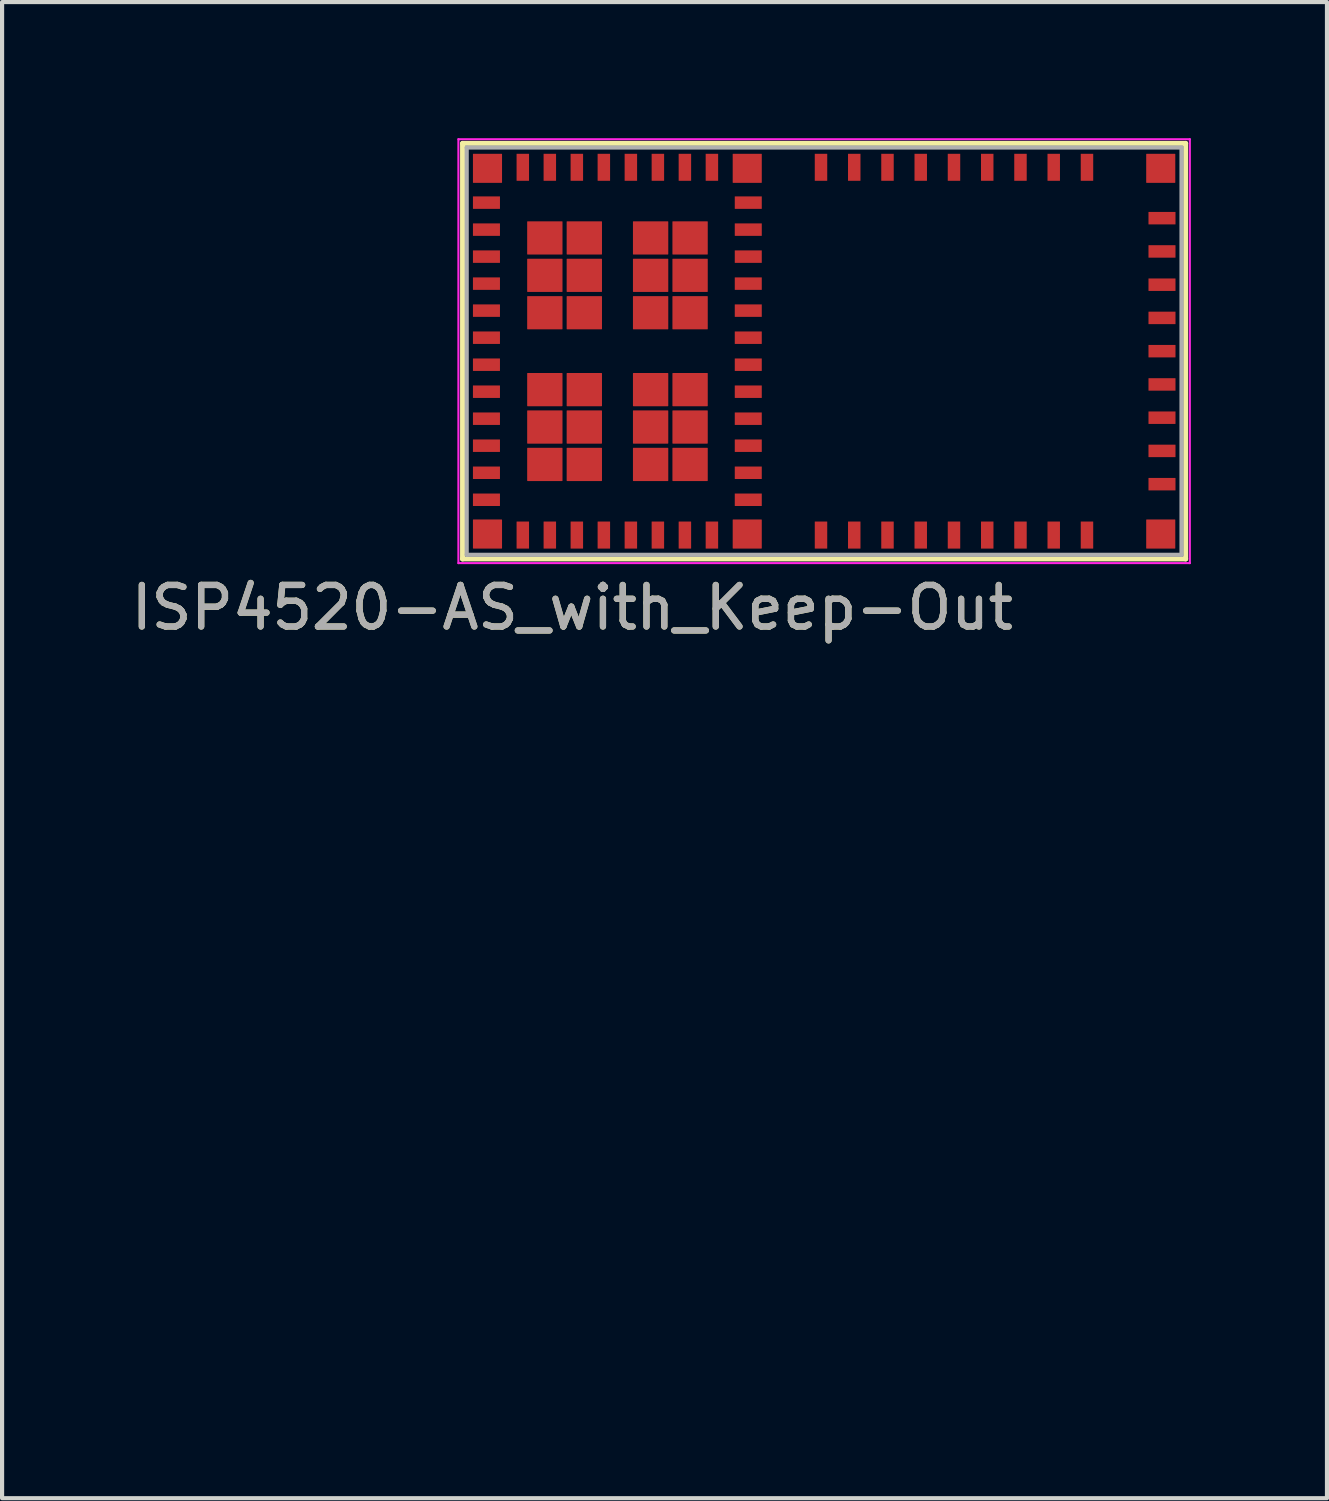
<source format=kicad_pcb>
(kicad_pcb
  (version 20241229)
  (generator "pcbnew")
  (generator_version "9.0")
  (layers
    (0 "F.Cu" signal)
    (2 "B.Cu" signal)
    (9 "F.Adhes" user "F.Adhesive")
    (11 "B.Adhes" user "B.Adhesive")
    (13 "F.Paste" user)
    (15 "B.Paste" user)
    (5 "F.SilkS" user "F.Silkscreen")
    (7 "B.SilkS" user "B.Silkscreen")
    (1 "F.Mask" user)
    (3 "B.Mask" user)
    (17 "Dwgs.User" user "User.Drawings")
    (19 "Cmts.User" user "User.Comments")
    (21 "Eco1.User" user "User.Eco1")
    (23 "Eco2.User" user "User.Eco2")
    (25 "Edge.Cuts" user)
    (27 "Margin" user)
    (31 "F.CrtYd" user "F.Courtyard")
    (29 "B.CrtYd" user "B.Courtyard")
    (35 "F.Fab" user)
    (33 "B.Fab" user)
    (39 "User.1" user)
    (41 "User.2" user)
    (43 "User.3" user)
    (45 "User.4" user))
  (footprint "ISP4520-AS_with_Keep-Out"
    (layer "F.Cu")
    (at 25.38 0.5)
    (property "Reference" "ISP4520-AS_with_Keep-Out" (at -14.66 11.07 0) (unlocked yes) (layer "F.SilkS") (effects (font (size 1 1) (thickness 0.15))))
    (attr smd)
    (fp_line (start -17.3 -0.1) (end 0.1 -0.1) (stroke (width 0.12) (type solid)) (layer "F.SilkS"))
    (fp_line (start -17.3 9.9) (end -17.3 -0.1) (stroke (width 0.12) (type solid)) (layer "F.SilkS"))
    (fp_line (start 0.1 -0.1) (end 0.1 9.9) (stroke (width 0.12) (type solid)) (layer "F.SilkS"))
    (fp_line (start 0.1 9.9) (end -17.3 9.9) (stroke (width 0.12) (type solid)) (layer "F.SilkS"))
    (fp_line (start -17.4 -0.2) (end 0.2 -0.2) (stroke (width 0.05) (type solid)) (layer "F.CrtYd"))
    (fp_line (start -17.4 10) (end -17.4 -0.2) (stroke (width 0.05) (type solid)) (layer "F.CrtYd"))
    (fp_line (start 0.2 -0.2) (end 0.2 10) (stroke (width 0.05) (type solid)) (layer "F.CrtYd"))
    (fp_line (start 0.2 10) (end -17.4 10) (stroke (width 0.05) (type solid)) (layer "F.CrtYd"))
    (fp_line (start -17.2 0) (end 0 0) (stroke (width 0.1) (type solid)) (layer "F.Fab"))
    (fp_line (start -17.2 9.8) (end -17.2 0) (stroke (width 0.1) (type solid)) (layer "F.Fab"))
    (fp_line (start 0 0) (end 0 9.8) (stroke (width 0.1) (type solid)) (layer "F.Fab"))
    (fp_line (start 0 9.8) (end -17.2 9.8) (stroke (width 0.1) (type solid)) (layer "F.Fab"))
    (fp_text user "${REFERENCE}" (at -14.66 11.07 0) (unlocked yes) (layer "F.Fab") (effects (font (size 1 1) (thickness 0.15))))
    (pad "1" smd roundrect (at -16.7 0.5) (size 0.7 0.7) (layers "F.Cu" "F.Mask" "F.Paste") (roundrect_rratio 0.015))
    (pad "2" smd roundrect (at -16.725 1.325) (size 0.65 0.3) (layers "F.Cu" "F.Mask" "F.Paste") (roundrect_rratio 0.015))
    (pad "3" smd roundrect (at -16.725 1.975) (size 0.65 0.3) (layers "F.Cu" "F.Mask" "F.Paste") (roundrect_rratio 0.015))
    (pad "4" smd roundrect (at -16.725 2.625) (size 0.65 0.3) (layers "F.Cu" "F.Mask" "F.Paste") (roundrect_rratio 0.015))
    (pad "5" smd roundrect (at -16.725 3.275) (size 0.65 0.3) (layers "F.Cu" "F.Mask" "F.Paste") (roundrect_rratio 0.015))
    (pad "6" smd roundrect (at -16.725 3.925) (size 0.65 0.3) (layers "F.Cu" "F.Mask" "F.Paste") (roundrect_rratio 0.015))
    (pad "7" smd roundrect (at -16.725 4.575) (size 0.65 0.3) (layers "F.Cu" "F.Mask" "F.Paste") (roundrect_rratio 0.015))
    (pad "8" smd roundrect (at -16.725 5.225) (size 0.65 0.3) (layers "F.Cu" "F.Mask" "F.Paste") (roundrect_rratio 0.015))
    (pad "9" smd roundrect (at -16.725 5.875) (size 0.65 0.3) (layers "F.Cu" "F.Mask" "F.Paste") (roundrect_rratio 0.015))
    (pad "10" smd roundrect (at -16.725 6.525) (size 0.65 0.3) (layers "F.Cu" "F.Mask" "F.Paste") (roundrect_rratio 0.015))
    (pad "11" smd roundrect (at -16.725 7.175) (size 0.65 0.3) (layers "F.Cu" "F.Mask" "F.Paste") (roundrect_rratio 0.015))
    (pad "12" smd roundrect (at -16.725 7.825) (size 0.65 0.3) (layers "F.Cu" "F.Mask" "F.Paste") (roundrect_rratio 0.015))
    (pad "13" smd roundrect (at -16.725 8.475) (size 0.65 0.3) (layers "F.Cu" "F.Mask" "F.Paste") (roundrect_rratio 0.015))
    (pad "14" smd roundrect (at -16.7 9.3) (size 0.7 0.7) (layers "F.Cu" "F.Mask" "F.Paste") (roundrect_rratio 0.015))
    (pad "15" smd roundrect (at -15.85 9.325 90) (size 0.65 0.3) (layers "F.Cu" "F.Mask" "F.Paste") (roundrect_rratio 0.015))
    (pad "16" smd roundrect (at -15.2 9.325 90) (size 0.65 0.3) (layers "F.Cu" "F.Mask" "F.Paste") (roundrect_rratio 0.015))
    (pad "17" smd roundrect (at -14.55 9.325 90) (size 0.65 0.3) (layers "F.Cu" "F.Mask" "F.Paste") (roundrect_rratio 0.015))
    (pad "18" smd roundrect (at -13.9 9.325 90) (size 0.65 0.3) (layers "F.Cu" "F.Mask" "F.Paste") (roundrect_rratio 0.015))
    (pad "19" smd roundrect (at -13.25 9.325 90) (size 0.65 0.3) (layers "F.Cu" "F.Mask" "F.Paste") (roundrect_rratio 0.015))
    (pad "20" smd roundrect (at -12.6 9.325 90) (size 0.65 0.3) (layers "F.Cu" "F.Mask" "F.Paste") (roundrect_rratio 0.015))
    (pad "21" smd roundrect (at -11.95 9.325 90) (size 0.65 0.3) (layers "F.Cu" "F.Mask" "F.Paste") (roundrect_rratio 0.015))
    (pad "22" smd roundrect (at -11.3 9.325 90) (size 0.65 0.3) (layers "F.Cu" "F.Mask" "F.Paste") (roundrect_rratio 0.015))
    (pad "23" smd roundrect (at -10.45 9.3 180) (size 0.7 0.7) (layers "F.Cu" "F.Mask" "F.Paste") (roundrect_rratio 0.015))
    (pad "24" smd roundrect (at -10.425 8.475) (size 0.65 0.3) (layers "F.Cu" "F.Mask" "F.Paste") (roundrect_rratio 0.015))
    (pad "25" smd roundrect (at -10.425 7.825) (size 0.65 0.3) (layers "F.Cu" "F.Mask" "F.Paste") (roundrect_rratio 0.015))
    (pad "26" smd roundrect (at -10.425 7.175) (size 0.65 0.3) (layers "F.Cu" "F.Mask" "F.Paste") (roundrect_rratio 0.015))
    (pad "27" smd roundrect (at -10.425 6.525) (size 0.65 0.3) (layers "F.Cu" "F.Mask" "F.Paste") (roundrect_rratio 0.015))
    (pad "28" smd roundrect (at -10.425 5.875) (size 0.65 0.3) (layers "F.Cu" "F.Mask" "F.Paste") (roundrect_rratio 0.015))
    (pad "29" smd roundrect (at -10.425 5.225) (size 0.65 0.3) (layers "F.Cu" "F.Mask" "F.Paste") (roundrect_rratio 0.015))
    (pad "30" smd roundrect (at -10.425 4.575) (size 0.65 0.3) (layers "F.Cu" "F.Mask" "F.Paste") (roundrect_rratio 0.015))
    (pad "31" smd roundrect (at -10.425 3.925) (size 0.65 0.3) (layers "F.Cu" "F.Mask" "F.Paste") (roundrect_rratio 0.015))
    (pad "32" smd roundrect (at -10.425 3.275) (size 0.65 0.3) (layers "F.Cu" "F.Mask" "F.Paste") (roundrect_rratio 0.015))
    (pad "33" smd roundrect (at -10.425 2.625) (size 0.65 0.3) (layers "F.Cu" "F.Mask" "F.Paste") (roundrect_rratio 0.015))
    (pad "34" smd roundrect (at -10.425 1.975) (size 0.65 0.3) (layers "F.Cu" "F.Mask" "F.Paste") (roundrect_rratio 0.015))
    (pad "35" smd roundrect (at -10.425 1.325) (size 0.65 0.3) (layers "F.Cu" "F.Mask" "F.Paste") (roundrect_rratio 0.015))
    (pad "36" smd roundrect (at -10.45 0.5 180) (size 0.7 0.7) (layers "F.Cu" "F.Mask" "F.Paste") (roundrect_rratio 0.015))
    (pad "37" smd roundrect (at -11.3 0.475 90) (size 0.65 0.3) (layers "F.Cu" "F.Mask" "F.Paste") (roundrect_rratio 0.015))
    (pad "38" smd roundrect (at -11.95 0.475 90) (size 0.65 0.3) (layers "F.Cu" "F.Mask" "F.Paste") (roundrect_rratio 0.015))
    (pad "39" smd roundrect (at -12.6 0.475 90) (size 0.65 0.3) (layers "F.Cu" "F.Mask" "F.Paste") (roundrect_rratio 0.015))
    (pad "40" smd roundrect (at -13.25 0.475 90) (size 0.65 0.3) (layers "F.Cu" "F.Mask" "F.Paste") (roundrect_rratio 0.015))
    (pad "41" smd roundrect (at -13.9 0.475 90) (size 0.65 0.3) (layers "F.Cu" "F.Mask" "F.Paste") (roundrect_rratio 0.015))
    (pad "42" smd roundrect (at -14.55 0.475 90) (size 0.65 0.3) (layers "F.Cu" "F.Mask" "F.Paste") (roundrect_rratio 0.015))
    (pad "43" smd roundrect (at -15.2 0.475 90) (size 0.65 0.3) (layers "F.Cu" "F.Mask" "F.Paste") (roundrect_rratio 0.015))
    (pad "44" smd roundrect (at -15.85 0.475 90) (size 0.65 0.3) (layers "F.Cu" "F.Mask" "F.Paste") (roundrect_rratio 0.015))
    (pad "45" smd roundrect (at -8.675 9.325 90) (size 0.65 0.3) (layers "F.Cu" "F.Mask" "F.Paste") (roundrect_rratio 0.015))
    (pad "46" smd roundrect (at -7.875 9.325 90) (size 0.65 0.3) (layers "F.Cu" "F.Mask" "F.Paste") (roundrect_rratio 0.015))
    (pad "47" smd roundrect (at -7.075 9.325 90) (size 0.65 0.3) (layers "F.Cu" "F.Mask" "F.Paste") (roundrect_rratio 0.015))
    (pad "48" smd roundrect (at -6.275 9.325 90) (size 0.65 0.3) (layers "F.Cu" "F.Mask" "F.Paste") (roundrect_rratio 0.015))
    (pad "49" smd roundrect (at -5.475 9.325 90) (size 0.65 0.3) (layers "F.Cu" "F.Mask" "F.Paste") (roundrect_rratio 0.015))
    (pad "50" smd roundrect (at -4.675 9.325 90) (size 0.65 0.3) (layers "F.Cu" "F.Mask" "F.Paste") (roundrect_rratio 0.015))
    (pad "51" smd roundrect (at -3.875 9.325 90) (size 0.65 0.3) (layers "F.Cu" "F.Mask" "F.Paste") (roundrect_rratio 0.015))
    (pad "52" smd roundrect (at -3.075 9.325 90) (size 0.65 0.3) (layers "F.Cu" "F.Mask" "F.Paste") (roundrect_rratio 0.015))
    (pad "53" smd roundrect (at -2.275 9.325 270) (size 0.65 0.3) (layers "F.Cu" "F.Mask" "F.Paste") (roundrect_rratio 0.015))
    (pad "54" smd roundrect (at -0.5 9.3 180) (size 0.7 0.7) (layers "F.Cu" "F.Mask" "F.Paste") (roundrect_rratio 0.015))
    (pad "55" smd roundrect (at -0.47 8.1 180) (size 0.65 0.3) (layers "F.Cu" "F.Mask" "F.Paste") (roundrect_rratio 0.015))
    (pad "56" smd roundrect (at -0.47 7.3 180) (size 0.65 0.3) (layers "F.Cu" "F.Mask" "F.Paste") (roundrect_rratio 0.015))
    (pad "57" smd roundrect (at -0.47 6.5 180) (size 0.65 0.3) (layers "F.Cu" "F.Mask" "F.Paste") (roundrect_rratio 0.015))
    (pad "58" smd roundrect (at -0.47 5.7 180) (size 0.65 0.3) (layers "F.Cu" "F.Mask" "F.Paste") (roundrect_rratio 0.015))
    (pad "59" smd roundrect (at -0.47 4.9 180) (size 0.65 0.3) (layers "F.Cu" "F.Mask" "F.Paste") (roundrect_rratio 0.015))
    (pad "60" smd roundrect (at -0.47 4.1 180) (size 0.65 0.3) (layers "F.Cu" "F.Mask" "F.Paste") (roundrect_rratio 0.015))
    (pad "61" smd roundrect (at -0.47 3.3 180) (size 0.65 0.3) (layers "F.Cu" "F.Mask" "F.Paste") (roundrect_rratio 0.015))
    (pad "62" smd roundrect (at -0.47 2.5 180) (size 0.65 0.3) (layers "F.Cu" "F.Mask" "F.Paste") (roundrect_rratio 0.015))
    (pad "63" smd roundrect (at -0.47 1.7) (size 0.65 0.3) (layers "F.Cu" "F.Mask" "F.Paste") (roundrect_rratio 0.015))
    (pad "64" smd roundrect (at -0.5 0.5) (size 0.7 0.7) (layers "F.Cu" "F.Mask" "F.Paste") (roundrect_rratio 0.015))
    (pad "65" smd roundrect (at -2.275 0.475 270) (size 0.65 0.3) (layers "F.Cu" "F.Mask" "F.Paste") (roundrect_rratio 0.015))
    (pad "66" smd roundrect (at -3.075 0.475 270) (size 0.65 0.3) (layers "F.Cu" "F.Mask" "F.Paste") (roundrect_rratio 0.015))
    (pad "67" smd roundrect (at -3.875 0.475 270) (size 0.65 0.3) (layers "F.Cu" "F.Mask" "F.Paste") (roundrect_rratio 0.015))
    (pad "68" smd roundrect (at -4.675 0.475 270) (size 0.65 0.3) (layers "F.Cu" "F.Mask" "F.Paste") (roundrect_rratio 0.015))
    (pad "69" smd roundrect (at -5.475 0.475 270) (size 0.65 0.3) (layers "F.Cu" "F.Mask" "F.Paste") (roundrect_rratio 0.015))
    (pad "70" smd roundrect (at -6.275 0.475 270) (size 0.65 0.3) (layers "F.Cu" "F.Mask" "F.Paste") (roundrect_rratio 0.015))
    (pad "71" smd roundrect (at -7.075 0.475 270) (size 0.65 0.3) (layers "F.Cu" "F.Mask" "F.Paste") (roundrect_rratio 0.015))
    (pad "72" smd roundrect (at -7.875 0.475 270) (size 0.65 0.3) (layers "F.Cu" "F.Mask" "F.Paste") (roundrect_rratio 0.015))
    (pad "73" smd roundrect (at -8.675 0.475 90) (size 0.65 0.3) (layers "F.Cu" "F.Mask" "F.Paste") (roundrect_rratio 0.015))
    (pad "74" smd roundrect (at -15.32 2.175) (size 0.85 0.8) (layers "F.Cu" "F.Mask" "F.Paste") (roundrect_rratio 0.015))
    (pad "74" smd roundrect (at -15.32 3.075) (size 0.85 0.8) (layers "F.Cu" "F.Mask" "F.Paste") (roundrect_rratio 0.015))
    (pad "74" smd roundrect (at -15.32 3.975) (size 0.85 0.8) (layers "F.Cu" "F.Mask" "F.Paste") (roundrect_rratio 0.015))
    (pad "74" smd roundrect (at -15.32 5.825) (size 0.85 0.8) (layers "F.Cu" "F.Mask" "F.Paste") (roundrect_rratio 0.015))
    (pad "74" smd roundrect (at -15.32 6.725) (size 0.85 0.8) (layers "F.Cu" "F.Mask" "F.Paste") (roundrect_rratio 0.015))
    (pad "74" smd roundrect (at -15.32 7.625) (size 0.85 0.8) (layers "F.Cu" "F.Mask" "F.Paste") (roundrect_rratio 0.015))
    (pad "74" smd roundrect (at -14.37 2.175) (size 0.85 0.8) (layers "F.Cu" "F.Mask" "F.Paste") (roundrect_rratio 0.015))
    (pad "74" smd roundrect (at -14.37 3.075) (size 0.85 0.8) (layers "F.Cu" "F.Mask" "F.Paste") (roundrect_rratio 0.015))
    (pad "74" smd roundrect (at -14.37 3.975) (size 0.85 0.8) (layers "F.Cu" "F.Mask" "F.Paste") (roundrect_rratio 0.015))
    (pad "74" smd roundrect (at -14.37 5.825) (size 0.85 0.8) (layers "F.Cu" "F.Mask" "F.Paste") (roundrect_rratio 0.015))
    (pad "74" smd roundrect (at -14.37 6.725) (size 0.85 0.8) (layers "F.Cu" "F.Mask" "F.Paste") (roundrect_rratio 0.015))
    (pad "74" smd roundrect (at -14.37 7.625) (size 0.85 0.8) (layers "F.Cu" "F.Mask" "F.Paste") (roundrect_rratio 0.015))
    (pad "74" smd roundrect (at -12.775 2.175) (size 0.85 0.8) (layers "F.Cu" "F.Mask" "F.Paste") (roundrect_rratio 0.015))
    (pad "74" smd roundrect (at -12.775 3.075) (size 0.85 0.8) (layers "F.Cu" "F.Mask" "F.Paste") (roundrect_rratio 0.015))
    (pad "74" smd roundrect (at -12.775 3.975) (size 0.85 0.8) (layers "F.Cu" "F.Mask" "F.Paste") (roundrect_rratio 0.015))
    (pad "74" smd roundrect (at -12.775 5.825) (size 0.85 0.8) (layers "F.Cu" "F.Mask" "F.Paste") (roundrect_rratio 0.015))
    (pad "74" smd roundrect (at -12.775 6.725) (size 0.85 0.8) (layers "F.Cu" "F.Mask" "F.Paste") (roundrect_rratio 0.015))
    (pad "74" smd roundrect (at -12.775 7.625) (size 0.85 0.8) (layers "F.Cu" "F.Mask" "F.Paste") (roundrect_rratio 0.015))
    (pad "74" smd roundrect (at -11.825 2.175) (size 0.85 0.8) (layers "F.Cu" "F.Mask" "F.Paste") (roundrect_rratio 0.015))
    (pad "74" smd roundrect (at -11.825 3.075) (size 0.85 0.8) (layers "F.Cu" "F.Mask" "F.Paste") (roundrect_rratio 0.015))
    (pad "74" smd roundrect (at -11.825 3.975) (size 0.85 0.8) (layers "F.Cu" "F.Mask" "F.Paste") (roundrect_rratio 0.015))
    (pad "74" smd roundrect (at -11.825 5.825) (size 0.85 0.8) (layers "F.Cu" "F.Mask" "F.Paste") (roundrect_rratio 0.015))
    (pad "74" smd roundrect (at -11.825 6.725) (size 0.85 0.8) (layers "F.Cu" "F.Mask" "F.Paste") (roundrect_rratio 0.015))
    (pad "74" smd roundrect (at -11.825 7.625) (size 0.85 0.8) (layers "F.Cu" "F.Mask" "F.Paste") (roundrect_rratio 0.015))
    (zone (net_name "") (layers "F.Cu" "B.Cu") (name "Antenna Keep-Out Zone") (hatch edge 0.508) (connect_pads) (min_thickness 0.254) (filled_areas_thickness no) (keepout (tracks allowed) (vias allowed) (pads allowed) (copperpour not_allowed) (footprints allowed)) (placement (enabled no)) (fill) (polygon (pts (xy 25.88 30) (xy 15.28 30) (xy 15.28 0) (xy 25.88 0)))))
  (gr_rect
    (start -3 -3)
    (end 28.88 33)
    (stroke (width 0.1) (type default))
    (fill no)
    (layer "Edge.Cuts")))
</source>
